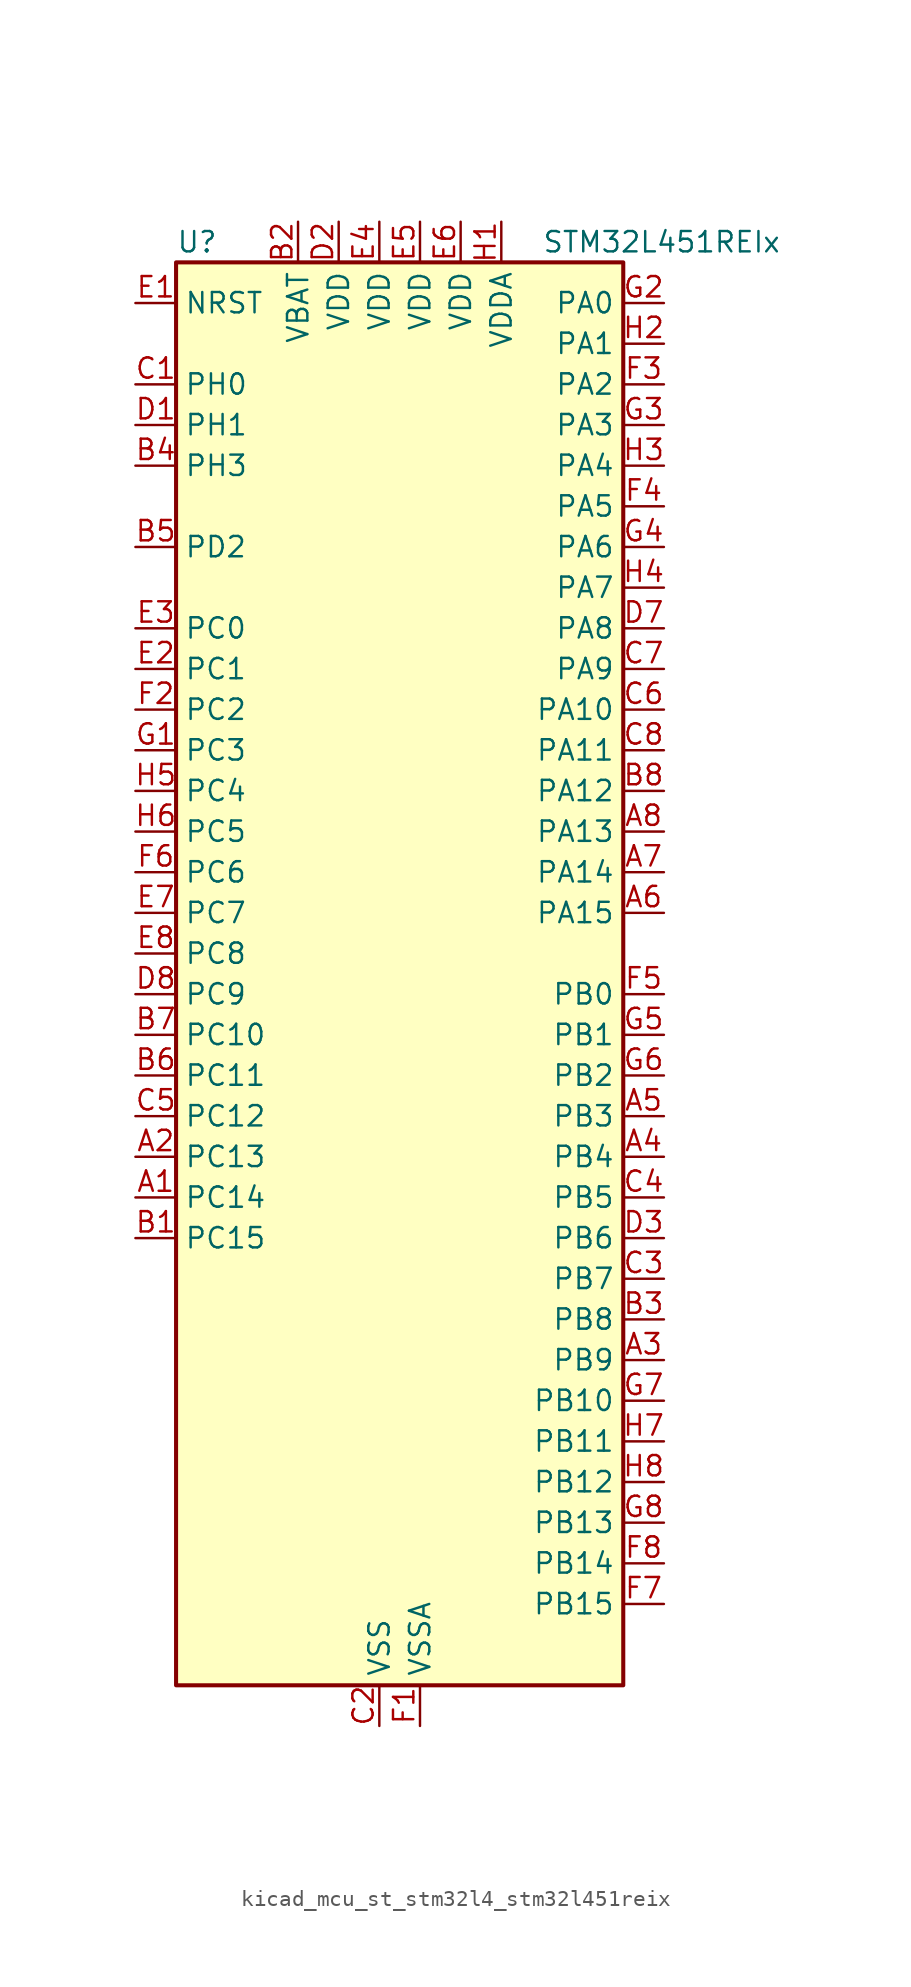
<source format=kicad_sym>
(kicad_symbol_lib
  (version 20220914)
  (generator kicad_symbol_editor)
  (symbol "kicad_mcu_st_stm32l4_stm32l451reix"
    (property "Reference" "U"
      (at -12.7 46.99 0)
      (effects (font (size 1.27 1.27)) (justify left)))
    (property "Value" "STM32L451REIx"
      (at 10.16 46.99 0)
      (effects (font (size 1.27 1.27)) (justify left)))
    (property "ki_locked" ""
      (at 0 0 0)
      (effects (font (size 1.27 1.27))))
    (symbol "kicad_mcu_st_stm32l4_stm32l451reix_0_1"
      (rectangle (start -12.7 -43.18) (end 15.24 45.72) (stroke (width 0.254) (type default)) (fill (type background))))
    (symbol "kicad_mcu_st_stm32l4_stm32l451reix_1_1"
      (pin bidirectional line (at -15.24 -12.7 0) (length 2.54) (name "PC14" (effects (font (size 1.27 1.27)))) (number "A1" (effects (font (size 1.27 1.27)))) (alternate "RCC_OSC32_IN" bidirectional line))
      (pin bidirectional line (at -15.24 -10.16 0) (length 2.54) (name "PC13" (effects (font (size 1.27 1.27)))) (number "A2" (effects (font (size 1.27 1.27)))) (alternate "RTC_OUT_ALARM" bidirectional line) (alternate "RTC_OUT_CALIB" bidirectional line) (alternate "RTC_TAMP1" bidirectional line) (alternate "RTC_TS" bidirectional line) (alternate "SYS_WKUP2" bidirectional line))
      (pin bidirectional line (at 17.78 -22.86 180) (length 2.54) (name "PB9" (effects (font (size 1.27 1.27)))) (number "A3" (effects (font (size 1.27 1.27)))) (alternate "CAN1_TX" bidirectional line) (alternate "DAC1_EXTI9" bidirectional line) (alternate "I2C1_SDA" bidirectional line) (alternate "IR_OUT" bidirectional line) (alternate "SAI1_FS_A" bidirectional line) (alternate "SDMMC1_D5" bidirectional line) (alternate "SPI2_NSS" bidirectional line))
      (pin bidirectional line (at 17.78 -10.16 180) (length 2.54) (name "PB4" (effects (font (size 1.27 1.27)))) (number "A4" (effects (font (size 1.27 1.27)))) (alternate "COMP2_INP" bidirectional line) (alternate "I2C3_SDA" bidirectional line) (alternate "SAI1_MCLK_B" bidirectional line) (alternate "SPI1_MISO" bidirectional line) (alternate "SPI3_MISO" bidirectional line) (alternate "SYS_JTRST" bidirectional line) (alternate "TIM3_CH1" bidirectional line) (alternate "TSC_G2_IO1" bidirectional line) (alternate "USART1_CTS" bidirectional line))
      (pin bidirectional line (at 17.78 -7.62 180) (length 2.54) (name "PB3" (effects (font (size 1.27 1.27)))) (number "A5" (effects (font (size 1.27 1.27)))) (alternate "COMP2_INM" bidirectional line) (alternate "SAI1_SCK_B" bidirectional line) (alternate "SPI1_SCK" bidirectional line) (alternate "SPI3_SCK" bidirectional line) (alternate "SYS_JTDO-SWO" bidirectional line) (alternate "TIM2_CH2" bidirectional line) (alternate "USART1_DE" bidirectional line) (alternate "USART1_RTS" bidirectional line))
      (pin bidirectional line (at 17.78 5.08 180) (length 2.54) (name "PA15" (effects (font (size 1.27 1.27)))) (number "A6" (effects (font (size 1.27 1.27)))) (alternate "ADC1_EXTI15" bidirectional line) (alternate "SPI1_NSS" bidirectional line) (alternate "SPI3_NSS" bidirectional line) (alternate "SYS_JTDI" bidirectional line) (alternate "TIM2_CH1" bidirectional line) (alternate "TIM2_ETR" bidirectional line) (alternate "TSC_G3_IO1" bidirectional line) (alternate "UART4_DE" bidirectional line) (alternate "UART4_RTS" bidirectional line) (alternate "USART2_RX" bidirectional line) (alternate "USART3_DE" bidirectional line) (alternate "USART3_RTS" bidirectional line))
      (pin bidirectional line (at 17.78 7.62 180) (length 2.54) (name "PA14" (effects (font (size 1.27 1.27)))) (number "A7" (effects (font (size 1.27 1.27)))) (alternate "I2C1_SMBA" bidirectional line) (alternate "I2C4_SMBA" bidirectional line) (alternate "LPTIM1_OUT" bidirectional line) (alternate "SAI1_FS_B" bidirectional line) (alternate "SYS_JTCK-SWCLK" bidirectional line))
      (pin bidirectional line (at 17.78 10.16 180) (length 2.54) (name "PA13" (effects (font (size 1.27 1.27)))) (number "A8" (effects (font (size 1.27 1.27)))) (alternate "IR_OUT" bidirectional line) (alternate "SAI1_SD_B" bidirectional line) (alternate "SYS_JTMS-SWDIO" bidirectional line))
      (pin bidirectional line (at -15.24 -15.24 0) (length 2.54) (name "PC15" (effects (font (size 1.27 1.27)))) (number "B1" (effects (font (size 1.27 1.27)))) (alternate "ADC1_EXTI15" bidirectional line) (alternate "RCC_OSC32_OUT" bidirectional line))
      (pin power_in line (at -5.08 48.26 270) (length 2.54) (name "VBAT" (effects (font (size 1.27 1.27)))) (number "B2" (effects (font (size 1.27 1.27)))))
      (pin bidirectional line (at 17.78 -20.32 180) (length 2.54) (name "PB8" (effects (font (size 1.27 1.27)))) (number "B3" (effects (font (size 1.27 1.27)))) (alternate "CAN1_RX" bidirectional line) (alternate "I2C1_SCL" bidirectional line) (alternate "SAI1_MCLK_A" bidirectional line) (alternate "SDMMC1_D4" bidirectional line) (alternate "TIM16_CH1" bidirectional line))
      (pin bidirectional line (at -15.24 33.02 0) (length 2.54) (name "PH3" (effects (font (size 1.27 1.27)))) (number "B4" (effects (font (size 1.27 1.27)))))
      (pin bidirectional line (at -15.24 27.94 0) (length 2.54) (name "PD2" (effects (font (size 1.27 1.27)))) (number "B5" (effects (font (size 1.27 1.27)))) (alternate "SDMMC1_CMD" bidirectional line) (alternate "SYS_TRACED2" bidirectional line) (alternate "TIM3_ETR" bidirectional line) (alternate "TSC_SYNC" bidirectional line) (alternate "USART3_DE" bidirectional line) (alternate "USART3_RTS" bidirectional line))
      (pin bidirectional line (at -15.24 -5.08 0) (length 2.54) (name "PC11" (effects (font (size 1.27 1.27)))) (number "B6" (effects (font (size 1.27 1.27)))) (alternate "ADC1_EXTI11" bidirectional line) (alternate "SDMMC1_D3" bidirectional line) (alternate "SPI3_MISO" bidirectional line) (alternate "TSC_G3_IO3" bidirectional line) (alternate "UART4_RX" bidirectional line) (alternate "USART3_RX" bidirectional line))
      (pin bidirectional line (at -15.24 -2.54 0) (length 2.54) (name "PC10" (effects (font (size 1.27 1.27)))) (number "B7" (effects (font (size 1.27 1.27)))) (alternate "SDMMC1_D2" bidirectional line) (alternate "SPI3_SCK" bidirectional line) (alternate "SYS_TRACED1" bidirectional line) (alternate "TSC_G3_IO2" bidirectional line) (alternate "UART4_TX" bidirectional line) (alternate "USART3_TX" bidirectional line))
      (pin bidirectional line (at 17.78 12.7 180) (length 2.54) (name "PA12" (effects (font (size 1.27 1.27)))) (number "B8" (effects (font (size 1.27 1.27)))) (alternate "CAN1_TX" bidirectional line) (alternate "SPI1_MOSI" bidirectional line) (alternate "TIM1_ETR" bidirectional line) (alternate "USART1_DE" bidirectional line) (alternate "USART1_RTS" bidirectional line))
      (pin bidirectional line (at -15.24 38.1 0) (length 2.54) (name "PH0" (effects (font (size 1.27 1.27)))) (number "C1" (effects (font (size 1.27 1.27)))) (alternate "RCC_OSC_IN" bidirectional line))
      (pin power_in line (at 0 -45.72 90) (length 2.54) (name "VSS" (effects (font (size 1.27 1.27)))) (number "C2" (effects (font (size 1.27 1.27)))))
      (pin bidirectional line (at 17.78 -17.78 180) (length 2.54) (name "PB7" (effects (font (size 1.27 1.27)))) (number "C3" (effects (font (size 1.27 1.27)))) (alternate "COMP2_INM" bidirectional line) (alternate "I2C1_SDA" bidirectional line) (alternate "I2C4_SDA" bidirectional line) (alternate "LPTIM1_IN2" bidirectional line) (alternate "SYS_PVD_IN" bidirectional line) (alternate "TSC_G2_IO4" bidirectional line) (alternate "UART4_CTS" bidirectional line) (alternate "USART1_RX" bidirectional line))
      (pin bidirectional line (at 17.78 -12.7 180) (length 2.54) (name "PB5" (effects (font (size 1.27 1.27)))) (number "C4" (effects (font (size 1.27 1.27)))) (alternate "CAN1_RX" bidirectional line) (alternate "COMP2_OUT" bidirectional line) (alternate "I2C1_SMBA" bidirectional line) (alternate "LPTIM1_IN1" bidirectional line) (alternate "SAI1_SD_B" bidirectional line) (alternate "SPI1_MOSI" bidirectional line) (alternate "SPI3_MOSI" bidirectional line) (alternate "TIM16_BKIN" bidirectional line) (alternate "TIM3_CH2" bidirectional line) (alternate "TSC_G2_IO2" bidirectional line) (alternate "USART1_CK" bidirectional line))
      (pin bidirectional line (at -15.24 -7.62 0) (length 2.54) (name "PC12" (effects (font (size 1.27 1.27)))) (number "C5" (effects (font (size 1.27 1.27)))) (alternate "SDMMC1_CK" bidirectional line) (alternate "SPI3_MOSI" bidirectional line) (alternate "SYS_TRACED3" bidirectional line) (alternate "TSC_G3_IO4" bidirectional line) (alternate "USART3_CK" bidirectional line))
      (pin bidirectional line (at 17.78 17.78 180) (length 2.54) (name "PA10" (effects (font (size 1.27 1.27)))) (number "C6" (effects (font (size 1.27 1.27)))) (alternate "I2C1_SDA" bidirectional line) (alternate "SAI1_SD_A" bidirectional line) (alternate "TIM1_CH3" bidirectional line) (alternate "USART1_RX" bidirectional line))
      (pin bidirectional line (at 17.78 20.32 180) (length 2.54) (name "PA9" (effects (font (size 1.27 1.27)))) (number "C7" (effects (font (size 1.27 1.27)))) (alternate "DAC1_EXTI9" bidirectional line) (alternate "DFSDM1_DATIN1" bidirectional line) (alternate "I2C1_SCL" bidirectional line) (alternate "SAI1_FS_A" bidirectional line) (alternate "TIM15_BKIN" bidirectional line) (alternate "TIM1_CH2" bidirectional line) (alternate "USART1_TX" bidirectional line))
      (pin bidirectional line (at 17.78 15.24 180) (length 2.54) (name "PA11" (effects (font (size 1.27 1.27)))) (number "C8" (effects (font (size 1.27 1.27)))) (alternate "ADC1_EXTI11" bidirectional line) (alternate "CAN1_RX" bidirectional line) (alternate "COMP1_OUT" bidirectional line) (alternate "SPI1_MISO" bidirectional line) (alternate "TIM1_BKIN2" bidirectional line) (alternate "TIM1_BKIN2_COMP1" bidirectional line) (alternate "TIM1_CH4" bidirectional line) (alternate "USART1_CTS" bidirectional line))
      (pin bidirectional line (at -15.24 35.56 0) (length 2.54) (name "PH1" (effects (font (size 1.27 1.27)))) (number "D1" (effects (font (size 1.27 1.27)))) (alternate "RCC_OSC_OUT" bidirectional line))
      (pin power_in line (at -2.54 48.26 270) (length 2.54) (name "VDD" (effects (font (size 1.27 1.27)))) (number "D2" (effects (font (size 1.27 1.27)))))
      (pin bidirectional line (at 17.78 -15.24 180) (length 2.54) (name "PB6" (effects (font (size 1.27 1.27)))) (number "D3" (effects (font (size 1.27 1.27)))) (alternate "CAN1_TX" bidirectional line) (alternate "COMP2_INP" bidirectional line) (alternate "I2C1_SCL" bidirectional line) (alternate "I2C4_SCL" bidirectional line) (alternate "LPTIM1_ETR" bidirectional line) (alternate "SAI1_FS_B" bidirectional line) (alternate "TIM16_CH1N" bidirectional line) (alternate "TSC_G2_IO3" bidirectional line) (alternate "USART1_TX" bidirectional line))
      (pin passive line (at 0 -45.72 90) (length 2.54) hide (name "VSS" (effects (font (size 1.27 1.27)))) (number "D4" (effects (font (size 1.27 1.27)))))
      (pin passive line (at 0 -45.72 90) (length 2.54) hide (name "VSS" (effects (font (size 1.27 1.27)))) (number "D5" (effects (font (size 1.27 1.27)))))
      (pin passive line (at 0 -45.72 90) (length 2.54) hide (name "VSS" (effects (font (size 1.27 1.27)))) (number "D6" (effects (font (size 1.27 1.27)))))
      (pin bidirectional line (at 17.78 22.86 180) (length 2.54) (name "PA8" (effects (font (size 1.27 1.27)))) (number "D7" (effects (font (size 1.27 1.27)))) (alternate "DFSDM1_CKIN1" bidirectional line) (alternate "LPTIM2_OUT" bidirectional line) (alternate "RCC_MCO" bidirectional line) (alternate "SAI1_SCK_A" bidirectional line) (alternate "TIM1_CH1" bidirectional line) (alternate "USART1_CK" bidirectional line))
      (pin bidirectional line (at -15.24 0 0) (length 2.54) (name "PC9" (effects (font (size 1.27 1.27)))) (number "D8" (effects (font (size 1.27 1.27)))) (alternate "DAC1_EXTI9" bidirectional line) (alternate "SDMMC1_D1" bidirectional line) (alternate "TIM3_CH4" bidirectional line) (alternate "TSC_G4_IO4" bidirectional line))
      (pin input line (at -15.24 43.18 0) (length 2.54) (name "NRST" (effects (font (size 1.27 1.27)))) (number "E1" (effects (font (size 1.27 1.27)))))
      (pin bidirectional line (at -15.24 20.32 0) (length 2.54) (name "PC1" (effects (font (size 1.27 1.27)))) (number "E2" (effects (font (size 1.27 1.27)))) (alternate "ADC1_IN2" bidirectional line) (alternate "I2C3_SDA" bidirectional line) (alternate "I2C4_SDA" bidirectional line) (alternate "LPTIM1_OUT" bidirectional line) (alternate "LPUART1_TX" bidirectional line) (alternate "SYS_TRACED0" bidirectional line))
      (pin bidirectional line (at -15.24 22.86 0) (length 2.54) (name "PC0" (effects (font (size 1.27 1.27)))) (number "E3" (effects (font (size 1.27 1.27)))) (alternate "ADC1_IN1" bidirectional line) (alternate "I2C3_SCL" bidirectional line) (alternate "I2C4_SCL" bidirectional line) (alternate "LPTIM1_IN1" bidirectional line) (alternate "LPTIM2_IN1" bidirectional line) (alternate "LPUART1_RX" bidirectional line))
      (pin power_in line (at 0 48.26 270) (length 2.54) (name "VDD" (effects (font (size 1.27 1.27)))) (number "E4" (effects (font (size 1.27 1.27)))))
      (pin power_in line (at 2.54 48.26 270) (length 2.54) (name "VDD" (effects (font (size 1.27 1.27)))) (number "E5" (effects (font (size 1.27 1.27)))))
      (pin power_in line (at 5.08 48.26 270) (length 2.54) (name "VDD" (effects (font (size 1.27 1.27)))) (number "E6" (effects (font (size 1.27 1.27)))))
      (pin bidirectional line (at -15.24 5.08 0) (length 2.54) (name "PC7" (effects (font (size 1.27 1.27)))) (number "E7" (effects (font (size 1.27 1.27)))) (alternate "DFSDM1_DATIN3" bidirectional line) (alternate "SDMMC1_D7" bidirectional line) (alternate "TIM3_CH2" bidirectional line) (alternate "TSC_G4_IO2" bidirectional line))
      (pin bidirectional line (at -15.24 2.54 0) (length 2.54) (name "PC8" (effects (font (size 1.27 1.27)))) (number "E8" (effects (font (size 1.27 1.27)))) (alternate "SDMMC1_D0" bidirectional line) (alternate "TIM3_CH3" bidirectional line) (alternate "TSC_G4_IO3" bidirectional line))
      (pin power_in line (at 2.54 -45.72 90) (length 2.54) (name "VSSA" (effects (font (size 1.27 1.27)))) (number "F1" (effects (font (size 1.27 1.27)))))
      (pin bidirectional line (at -15.24 17.78 0) (length 2.54) (name "PC2" (effects (font (size 1.27 1.27)))) (number "F2" (effects (font (size 1.27 1.27)))) (alternate "ADC1_IN3" bidirectional line) (alternate "DFSDM1_CKOUT" bidirectional line) (alternate "LPTIM1_IN2" bidirectional line) (alternate "SPI2_MISO" bidirectional line))
      (pin bidirectional line (at 17.78 38.1 180) (length 2.54) (name "PA2" (effects (font (size 1.27 1.27)))) (number "F3" (effects (font (size 1.27 1.27)))) (alternate "ADC1_IN7" bidirectional line) (alternate "COMP2_INM" bidirectional line) (alternate "COMP2_OUT" bidirectional line) (alternate "LPUART1_TX" bidirectional line) (alternate "QUADSPI_BK1_NCS" bidirectional line) (alternate "RCC_LSCO" bidirectional line) (alternate "SYS_WKUP4" bidirectional line) (alternate "TIM15_CH1" bidirectional line) (alternate "TIM2_CH3" bidirectional line) (alternate "USART2_TX" bidirectional line))
      (pin bidirectional line (at 17.78 30.48 180) (length 2.54) (name "PA5" (effects (font (size 1.27 1.27)))) (number "F4" (effects (font (size 1.27 1.27)))) (alternate "ADC1_IN10" bidirectional line) (alternate "COMP1_INM" bidirectional line) (alternate "COMP2_INM" bidirectional line) (alternate "DFSDM1_CKOUT" bidirectional line) (alternate "LPTIM2_ETR" bidirectional line) (alternate "SPI1_SCK" bidirectional line) (alternate "TIM2_CH1" bidirectional line) (alternate "TIM2_ETR" bidirectional line))
      (pin bidirectional line (at 17.78 0 180) (length 2.54) (name "PB0" (effects (font (size 1.27 1.27)))) (number "F5" (effects (font (size 1.27 1.27)))) (alternate "ADC1_IN15" bidirectional line) (alternate "COMP1_OUT" bidirectional line) (alternate "DFSDM1_CKIN0" bidirectional line) (alternate "QUADSPI_BK1_IO1" bidirectional line) (alternate "SAI1_EXTCLK" bidirectional line) (alternate "SPI1_NSS" bidirectional line) (alternate "TIM1_CH2N" bidirectional line) (alternate "TIM3_CH3" bidirectional line) (alternate "USART3_CK" bidirectional line))
      (pin bidirectional line (at -15.24 7.62 0) (length 2.54) (name "PC6" (effects (font (size 1.27 1.27)))) (number "F6" (effects (font (size 1.27 1.27)))) (alternate "DFSDM1_CKIN3" bidirectional line) (alternate "SDMMC1_D6" bidirectional line) (alternate "TIM3_CH1" bidirectional line) (alternate "TSC_G4_IO1" bidirectional line))
      (pin bidirectional line (at 17.78 -38.1 180) (length 2.54) (name "PB15" (effects (font (size 1.27 1.27)))) (number "F7" (effects (font (size 1.27 1.27)))) (alternate "ADC1_EXTI15" bidirectional line) (alternate "DFSDM1_CKIN2" bidirectional line) (alternate "RTC_REFIN" bidirectional line) (alternate "SAI1_SD_A" bidirectional line) (alternate "SPI2_MOSI" bidirectional line) (alternate "TIM15_CH2" bidirectional line) (alternate "TIM1_CH3N" bidirectional line) (alternate "TSC_G1_IO4" bidirectional line))
      (pin bidirectional line (at 17.78 -35.56 180) (length 2.54) (name "PB14" (effects (font (size 1.27 1.27)))) (number "F8" (effects (font (size 1.27 1.27)))) (alternate "DFSDM1_DATIN2" bidirectional line) (alternate "I2C2_SDA" bidirectional line) (alternate "SAI1_MCLK_A" bidirectional line) (alternate "SPI2_MISO" bidirectional line) (alternate "TIM15_CH1" bidirectional line) (alternate "TIM1_CH2N" bidirectional line) (alternate "TSC_G1_IO3" bidirectional line) (alternate "USART3_DE" bidirectional line) (alternate "USART3_RTS" bidirectional line))
      (pin bidirectional line (at -15.24 15.24 0) (length 2.54) (name "PC3" (effects (font (size 1.27 1.27)))) (number "G1" (effects (font (size 1.27 1.27)))) (alternate "ADC1_IN4" bidirectional line) (alternate "LPTIM1_ETR" bidirectional line) (alternate "LPTIM2_ETR" bidirectional line) (alternate "SAI1_SD_A" bidirectional line) (alternate "SPI2_MOSI" bidirectional line))
      (pin bidirectional line (at 17.78 43.18 180) (length 2.54) (name "PA0" (effects (font (size 1.27 1.27)))) (number "G2" (effects (font (size 1.27 1.27)))) (alternate "ADC1_IN5" bidirectional line) (alternate "COMP1_INM" bidirectional line) (alternate "COMP1_OUT" bidirectional line) (alternate "OPAMP1_VINP" bidirectional line) (alternate "RTC_TAMP2" bidirectional line) (alternate "SAI1_EXTCLK" bidirectional line) (alternate "SYS_WKUP1" bidirectional line) (alternate "TIM2_CH1" bidirectional line) (alternate "TIM2_ETR" bidirectional line) (alternate "UART4_TX" bidirectional line) (alternate "USART2_CTS" bidirectional line))
      (pin bidirectional line (at 17.78 35.56 180) (length 2.54) (name "PA3" (effects (font (size 1.27 1.27)))) (number "G3" (effects (font (size 1.27 1.27)))) (alternate "ADC1_IN8" bidirectional line) (alternate "COMP2_INP" bidirectional line) (alternate "LPUART1_RX" bidirectional line) (alternate "OPAMP1_VOUT" bidirectional line) (alternate "QUADSPI_CLK" bidirectional line) (alternate "SAI1_MCLK_A" bidirectional line) (alternate "TIM15_CH2" bidirectional line) (alternate "TIM2_CH4" bidirectional line) (alternate "USART2_RX" bidirectional line))
      (pin bidirectional line (at 17.78 27.94 180) (length 2.54) (name "PA6" (effects (font (size 1.27 1.27)))) (number "G4" (effects (font (size 1.27 1.27)))) (alternate "ADC1_IN11" bidirectional line) (alternate "COMP1_OUT" bidirectional line) (alternate "LPUART1_CTS" bidirectional line) (alternate "QUADSPI_BK1_IO3" bidirectional line) (alternate "SPI1_MISO" bidirectional line) (alternate "TIM16_CH1" bidirectional line) (alternate "TIM1_BKIN" bidirectional line) (alternate "TIM1_BKIN_COMP2" bidirectional line) (alternate "TIM3_CH1" bidirectional line) (alternate "USART3_CTS" bidirectional line))
      (pin bidirectional line (at 17.78 -2.54 180) (length 2.54) (name "PB1" (effects (font (size 1.27 1.27)))) (number "G5" (effects (font (size 1.27 1.27)))) (alternate "ADC1_IN16" bidirectional line) (alternate "COMP1_INM" bidirectional line) (alternate "DFSDM1_DATIN0" bidirectional line) (alternate "LPTIM2_IN1" bidirectional line) (alternate "LPUART1_DE" bidirectional line) (alternate "LPUART1_RTS" bidirectional line) (alternate "QUADSPI_BK1_IO0" bidirectional line) (alternate "TIM1_CH3N" bidirectional line) (alternate "TIM3_CH4" bidirectional line) (alternate "USART3_DE" bidirectional line) (alternate "USART3_RTS" bidirectional line))
      (pin bidirectional line (at 17.78 -5.08 180) (length 2.54) (name "PB2" (effects (font (size 1.27 1.27)))) (number "G6" (effects (font (size 1.27 1.27)))) (alternate "COMP1_INP" bidirectional line) (alternate "DFSDM1_CKIN0" bidirectional line) (alternate "I2C3_SMBA" bidirectional line) (alternate "LPTIM1_OUT" bidirectional line) (alternate "RTC_OUT_ALARM" bidirectional line) (alternate "RTC_OUT_CALIB" bidirectional line))
      (pin bidirectional line (at 17.78 -25.4 180) (length 2.54) (name "PB10" (effects (font (size 1.27 1.27)))) (number "G7" (effects (font (size 1.27 1.27)))) (alternate "COMP1_OUT" bidirectional line) (alternate "I2C2_SCL" bidirectional line) (alternate "I2C4_SCL" bidirectional line) (alternate "LPUART1_RX" bidirectional line) (alternate "QUADSPI_CLK" bidirectional line) (alternate "SAI1_SCK_A" bidirectional line) (alternate "SPI2_SCK" bidirectional line) (alternate "TIM2_CH3" bidirectional line) (alternate "TSC_SYNC" bidirectional line) (alternate "USART3_TX" bidirectional line))
      (pin bidirectional line (at 17.78 -33.02 180) (length 2.54) (name "PB13" (effects (font (size 1.27 1.27)))) (number "G8" (effects (font (size 1.27 1.27)))) (alternate "CAN1_TX" bidirectional line) (alternate "DFSDM1_CKIN1" bidirectional line) (alternate "I2C2_SCL" bidirectional line) (alternate "LPUART1_CTS" bidirectional line) (alternate "SAI1_SCK_A" bidirectional line) (alternate "SPI2_SCK" bidirectional line) (alternate "TIM15_CH1N" bidirectional line) (alternate "TIM1_CH1N" bidirectional line) (alternate "TSC_G1_IO2" bidirectional line) (alternate "USART3_CTS" bidirectional line))
      (pin power_in line (at 7.62 48.26 270) (length 2.54) (name "VDDA" (effects (font (size 1.27 1.27)))) (number "H1" (effects (font (size 1.27 1.27)))))
      (pin bidirectional line (at 17.78 40.64 180) (length 2.54) (name "PA1" (effects (font (size 1.27 1.27)))) (number "H2" (effects (font (size 1.27 1.27)))) (alternate "ADC1_IN6" bidirectional line) (alternate "COMP1_INP" bidirectional line) (alternate "I2C1_SMBA" bidirectional line) (alternate "OPAMP1_VINM" bidirectional line) (alternate "SPI1_SCK" bidirectional line) (alternate "TIM15_CH1N" bidirectional line) (alternate "TIM2_CH2" bidirectional line) (alternate "UART4_RX" bidirectional line) (alternate "USART2_DE" bidirectional line) (alternate "USART2_RTS" bidirectional line))
      (pin bidirectional line (at 17.78 33.02 180) (length 2.54) (name "PA4" (effects (font (size 1.27 1.27)))) (number "H3" (effects (font (size 1.27 1.27)))) (alternate "ADC1_IN9" bidirectional line) (alternate "COMP1_INM" bidirectional line) (alternate "COMP2_INM" bidirectional line) (alternate "DAC1_OUT1" bidirectional line) (alternate "LPTIM2_OUT" bidirectional line) (alternate "SAI1_FS_B" bidirectional line) (alternate "SPI1_NSS" bidirectional line) (alternate "SPI3_NSS" bidirectional line) (alternate "USART2_CK" bidirectional line))
      (pin bidirectional line (at 17.78 25.4 180) (length 2.54) (name "PA7" (effects (font (size 1.27 1.27)))) (number "H4" (effects (font (size 1.27 1.27)))) (alternate "ADC1_IN12" bidirectional line) (alternate "COMP2_OUT" bidirectional line) (alternate "DFSDM1_DATIN0" bidirectional line) (alternate "I2C3_SCL" bidirectional line) (alternate "QUADSPI_BK1_IO2" bidirectional line) (alternate "SPI1_MOSI" bidirectional line) (alternate "TIM1_CH1N" bidirectional line) (alternate "TIM3_CH2" bidirectional line))
      (pin bidirectional line (at -15.24 12.7 0) (length 2.54) (name "PC4" (effects (font (size 1.27 1.27)))) (number "H5" (effects (font (size 1.27 1.27)))) (alternate "ADC1_IN13" bidirectional line) (alternate "COMP1_INM" bidirectional line) (alternate "USART3_TX" bidirectional line))
      (pin bidirectional line (at -15.24 10.16 0) (length 2.54) (name "PC5" (effects (font (size 1.27 1.27)))) (number "H6" (effects (font (size 1.27 1.27)))) (alternate "ADC1_IN14" bidirectional line) (alternate "COMP1_INP" bidirectional line) (alternate "SYS_WKUP5" bidirectional line) (alternate "USART3_RX" bidirectional line))
      (pin bidirectional line (at 17.78 -27.94 180) (length 2.54) (name "PB11" (effects (font (size 1.27 1.27)))) (number "H7" (effects (font (size 1.27 1.27)))) (alternate "ADC1_EXTI11" bidirectional line) (alternate "COMP2_OUT" bidirectional line) (alternate "I2C2_SDA" bidirectional line) (alternate "I2C4_SDA" bidirectional line) (alternate "LPUART1_TX" bidirectional line) (alternate "QUADSPI_BK1_NCS" bidirectional line) (alternate "TIM2_CH4" bidirectional line) (alternate "USART3_RX" bidirectional line))
      (pin bidirectional line (at 17.78 -30.48 180) (length 2.54) (name "PB12" (effects (font (size 1.27 1.27)))) (number "H8" (effects (font (size 1.27 1.27)))) (alternate "CAN1_RX" bidirectional line) (alternate "DFSDM1_DATIN1" bidirectional line) (alternate "I2C2_SMBA" bidirectional line) (alternate "LPUART1_DE" bidirectional line) (alternate "LPUART1_RTS" bidirectional line) (alternate "SAI1_FS_A" bidirectional line) (alternate "SPI2_NSS" bidirectional line) (alternate "TIM15_BKIN" bidirectional line) (alternate "TIM1_BKIN" bidirectional line) (alternate "TIM1_BKIN_COMP2" bidirectional line) (alternate "TSC_G1_IO1" bidirectional line) (alternate "USART3_CK" bidirectional line)))))
</source>
